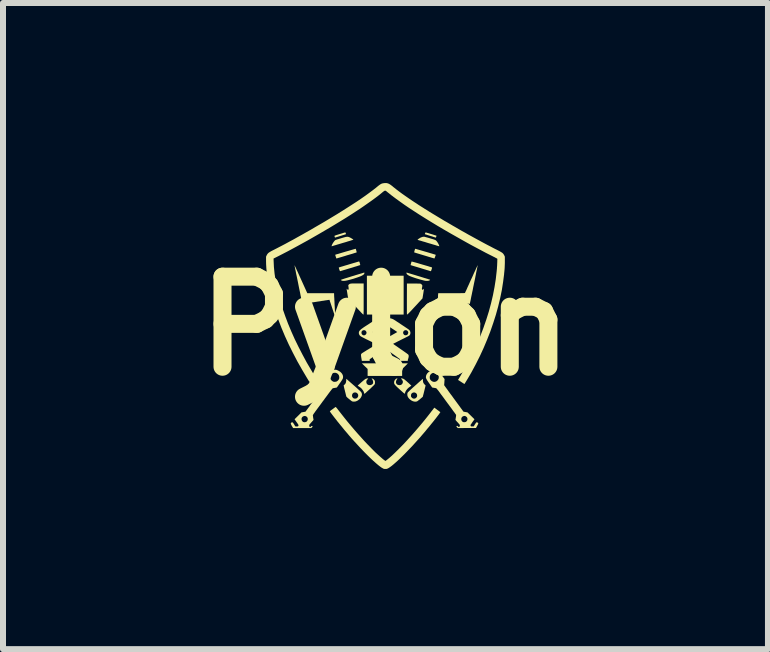
<source format=kicad_pcb>
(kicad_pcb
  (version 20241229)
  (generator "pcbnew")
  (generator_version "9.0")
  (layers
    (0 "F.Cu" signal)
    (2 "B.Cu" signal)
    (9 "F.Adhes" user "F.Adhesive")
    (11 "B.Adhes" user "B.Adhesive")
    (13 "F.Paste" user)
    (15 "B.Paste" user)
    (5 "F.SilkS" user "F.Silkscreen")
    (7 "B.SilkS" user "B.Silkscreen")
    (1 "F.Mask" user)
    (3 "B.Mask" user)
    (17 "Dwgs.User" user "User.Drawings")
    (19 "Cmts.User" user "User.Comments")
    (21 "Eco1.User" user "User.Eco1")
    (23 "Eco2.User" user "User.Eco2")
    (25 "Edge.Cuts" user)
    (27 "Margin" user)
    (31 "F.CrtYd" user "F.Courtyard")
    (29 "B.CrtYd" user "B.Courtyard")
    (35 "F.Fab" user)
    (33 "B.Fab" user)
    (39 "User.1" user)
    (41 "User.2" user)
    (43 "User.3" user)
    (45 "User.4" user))
  (footprint "Pylon"
    (layer "F.Cu")
    (at 3.371 2.381)
    (property "Reference" "Pylon" (at 0 0 0) (layer "F.SilkS") (effects (font (size 1.5 1.5) (thickness 0.3))))
    (attr board_only exclude_from_pos_files exclude_from_bom)
    (fp_poly (pts (xy 0.303 -0.514) (xy 0.303 -0.191) (xy -0.003 -0.191) (xy -0.309 -0.191) (xy -0.309 -0.514) (xy -0.309 -0.838) (xy -0.003 -0.838) (xy 0.303 -0.838)) (stroke (width 0) (type solid)) (fill yes) (layer "F.SilkS"))
    (fp_poly (pts (xy 0.326 0.67) (xy 0.278 0.717) (xy 0.278 0.774) (xy 0.278 0.831) (xy -0.009 0.831) (xy -0.297 0.831) (xy -0.297 0.773) (xy -0.297 0.715) (xy -0.345 0.669) (xy -0.392 0.622) (xy -0.009 0.622) (xy 0.373 0.622)) (stroke (width 0) (type solid)) (fill yes) (layer "F.SilkS"))
    (fp_poly (pts (xy -0.667 -1.557) (xy -0.663 -1.55) (xy -0.661 -1.545) (xy -0.657 -1.531) (xy -0.665 -1.528) (xy -0.67 -1.526) (xy -0.68 -1.523) (xy -0.694 -1.518) (xy -0.712 -1.513) (xy -0.732 -1.506) (xy -0.753 -1.5) (xy -0.774 -1.493) (xy -0.794 -1.487) (xy -0.811 -1.482) (xy -0.824 -1.478) (xy -0.833 -1.475) (xy -0.837 -1.474) (xy -0.841 -1.475) (xy -0.844 -1.481) (xy -0.847 -1.49) (xy -0.849 -1.497) (xy -0.849 -1.499) (xy -0.849 -1.501) (xy -0.847 -1.503) (xy -0.843 -1.506) (xy -0.836 -1.508) (xy -0.826 -1.512) (xy -0.812 -1.517) (xy -0.794 -1.522) (xy -0.77 -1.53) (xy -0.762 -1.532) (xy -0.739 -1.539) (xy -0.719 -1.545) (xy -0.701 -1.551) (xy -0.686 -1.555) (xy -0.676 -1.558) (xy -0.67 -1.56) (xy -0.67 -1.56)) (stroke (width 0) (type solid)) (fill yes) (layer "F.SilkS"))
    (fp_poly (pts (xy 0.674 -1.559) (xy 0.683 -1.556) (xy 0.696 -1.552) (xy 0.712 -1.548) (xy 0.73 -1.542) (xy 0.75 -1.536) (xy 0.77 -1.53) (xy 0.79 -1.524) (xy 0.808 -1.518) (xy 0.824 -1.513) (xy 0.837 -1.509) (xy 0.846 -1.506) (xy 0.85 -1.505) (xy 0.85 -1.505) (xy 0.85 -1.501) (xy 0.848 -1.494) (xy 0.845 -1.486) (xy 0.842 -1.478) (xy 0.84 -1.474) (xy 0.839 -1.473) (xy 0.835 -1.474) (xy 0.826 -1.476) (xy 0.819 -1.479) (xy 0.811 -1.481) (xy 0.798 -1.485) (xy 0.782 -1.491) (xy 0.762 -1.497) (xy 0.741 -1.503) (xy 0.73 -1.507) (xy 0.71 -1.513) (xy 0.692 -1.519) (xy 0.677 -1.524) (xy 0.665 -1.527) (xy 0.658 -1.53) (xy 0.657 -1.53) (xy 0.657 -1.534) (xy 0.659 -1.541) (xy 0.662 -1.549) (xy 0.666 -1.555) (xy 0.67 -1.559) (xy 0.671 -1.56)) (stroke (width 0) (type solid)) (fill yes) (layer "F.SilkS"))
    (fp_poly (pts (xy -0.351 -0.889) (xy -0.35 -0.885) (xy -0.352 -0.875) (xy -0.356 -0.866) (xy -0.364 -0.857) (xy -0.377 -0.848) (xy -0.393 -0.839) (xy -0.414 -0.829) (xy -0.44 -0.819) (xy -0.471 -0.808) (xy -0.508 -0.796) (xy -0.528 -0.789) (xy -0.571 -0.777) (xy -0.608 -0.767) (xy -0.64 -0.759) (xy -0.668 -0.754) (xy -0.69 -0.752) (xy -0.707 -0.752) (xy -0.716 -0.753) (xy -0.731 -0.758) (xy -0.742 -0.765) (xy -0.743 -0.767) (xy -0.743 -0.768) (xy -0.741 -0.769) (xy -0.736 -0.772) (xy -0.729 -0.774) (xy -0.719 -0.778) (xy -0.704 -0.783) (xy -0.686 -0.789) (xy -0.664 -0.796) (xy -0.637 -0.804) (xy -0.605 -0.814) (xy -0.567 -0.826) (xy -0.554 -0.83) (xy -0.52 -0.84) (xy -0.489 -0.85) (xy -0.459 -0.859) (xy -0.432 -0.867) (xy -0.408 -0.874) (xy -0.388 -0.88) (xy -0.373 -0.885) (xy -0.362 -0.888) (xy -0.356 -0.89) (xy -0.356 -0.89)) (stroke (width 0) (type solid)) (fill yes) (layer "F.SilkS"))
    (fp_poly (pts (xy 0.353 -0.89) (xy 0.36 -0.888) (xy 0.371 -0.885) (xy 0.387 -0.88) (xy 0.408 -0.874) (xy 0.434 -0.866) (xy 0.465 -0.857) (xy 0.501 -0.846) (xy 0.543 -0.833) (xy 0.574 -0.824) (xy 0.599 -0.816) (xy 0.625 -0.808) (xy 0.65 -0.8) (xy 0.672 -0.794) (xy 0.691 -0.788) (xy 0.706 -0.784) (xy 0.71 -0.782) (xy 0.726 -0.777) (xy 0.736 -0.774) (xy 0.742 -0.771) (xy 0.744 -0.769) (xy 0.743 -0.767) (xy 0.733 -0.759) (xy 0.718 -0.754) (xy 0.699 -0.752) (xy 0.677 -0.752) (xy 0.661 -0.754) (xy 0.642 -0.758) (xy 0.619 -0.764) (xy 0.592 -0.771) (xy 0.563 -0.779) (xy 0.533 -0.788) (xy 0.503 -0.797) (xy 0.474 -0.807) (xy 0.447 -0.816) (xy 0.424 -0.825) (xy 0.406 -0.832) (xy 0.402 -0.834) (xy 0.383 -0.844) (xy 0.367 -0.855) (xy 0.356 -0.866) (xy 0.351 -0.877) (xy 0.35 -0.881) (xy 0.35 -0.888) (xy 0.351 -0.891) (xy 0.351 -0.891)) (stroke (width 0) (type solid)) (fill yes) (layer "F.SilkS"))
    (fp_poly (pts (xy 0.648 -1.487) (xy 0.66 -1.484) (xy 0.678 -1.479) (xy 0.701 -1.473) (xy 0.729 -1.465) (xy 0.762 -1.455) (xy 0.799 -1.444) (xy 0.806 -1.442) (xy 0.824 -1.435) (xy 0.838 -1.428) (xy 0.844 -1.423) (xy 0.855 -1.411) (xy 0.867 -1.394) (xy 0.878 -1.376) (xy 0.888 -1.356) (xy 0.889 -1.354) (xy 0.894 -1.341) (xy 0.897 -1.333) (xy 0.896 -1.329) (xy 0.895 -1.329) (xy 0.891 -1.33) (xy 0.882 -1.332) (xy 0.869 -1.336) (xy 0.851 -1.341) (xy 0.83 -1.348) (xy 0.805 -1.355) (xy 0.778 -1.363) (xy 0.749 -1.372) (xy 0.744 -1.373) (xy 0.713 -1.382) (xy 0.684 -1.391) (xy 0.656 -1.4) (xy 0.63 -1.407) (xy 0.607 -1.414) (xy 0.588 -1.42) (xy 0.574 -1.424) (xy 0.565 -1.426) (xy 0.552 -1.43) (xy 0.542 -1.434) (xy 0.536 -1.437) (xy 0.534 -1.438) (xy 0.537 -1.441) (xy 0.544 -1.446) (xy 0.553 -1.453) (xy 0.564 -1.46) (xy 0.575 -1.467) (xy 0.584 -1.472) (xy 0.601 -1.479) (xy 0.619 -1.485) (xy 0.636 -1.487) (xy 0.641 -1.488)) (stroke (width 0) (type solid)) (fill yes) (layer "F.SilkS"))
    (fp_poly (pts (xy -0.493 -1.283) (xy -0.491 -1.275) (xy -0.488 -1.265) (xy -0.485 -1.253) (xy -0.482 -1.242) (xy -0.48 -1.233) (xy -0.479 -1.227) (xy -0.479 -1.227) (xy -0.482 -1.226) (xy -0.49 -1.223) (xy -0.503 -1.219) (xy -0.52 -1.214) (xy -0.541 -1.207) (xy -0.564 -1.2) (xy -0.589 -1.193) (xy -0.616 -1.185) (xy -0.644 -1.177) (xy -0.671 -1.168) (xy -0.698 -1.16) (xy -0.724 -1.152) (xy -0.748 -1.145) (xy -0.769 -1.139) (xy -0.787 -1.134) (xy -0.802 -1.129) (xy -0.811 -1.126) (xy -0.816 -1.125) (xy -0.816 -1.125) (xy -0.818 -1.128) (xy -0.821 -1.135) (xy -0.825 -1.146) (xy -0.828 -1.155) (xy -0.832 -1.168) (xy -0.835 -1.178) (xy -0.837 -1.185) (xy -0.837 -1.187) (xy -0.833 -1.188) (xy -0.825 -1.191) (xy -0.813 -1.195) (xy -0.798 -1.199) (xy -0.793 -1.2) (xy -0.741 -1.216) (xy -0.694 -1.23) (xy -0.653 -1.242) (xy -0.617 -1.252) (xy -0.586 -1.261) (xy -0.56 -1.269) (xy -0.539 -1.275) (xy -0.522 -1.28) (xy -0.51 -1.283) (xy -0.501 -1.285) (xy -0.496 -1.287) (xy -0.495 -1.287)) (stroke (width 0) (type solid)) (fill yes) (layer "F.SilkS"))
    (fp_poly (pts (xy -0.624 -1.486) (xy -0.615 -1.484) (xy -0.605 -1.481) (xy -0.599 -1.478) (xy -0.59 -1.474) (xy -0.579 -1.468) (xy -0.567 -1.461) (xy -0.555 -1.454) (xy -0.545 -1.447) (xy -0.538 -1.442) (xy -0.534 -1.438) (xy -0.534 -1.438) (xy -0.537 -1.437) (xy -0.546 -1.434) (xy -0.559 -1.43) (xy -0.577 -1.424) (xy -0.599 -1.417) (xy -0.624 -1.41) (xy -0.651 -1.401) (xy -0.682 -1.392) (xy -0.71 -1.384) (xy -0.743 -1.374) (xy -0.773 -1.365) (xy -0.801 -1.357) (xy -0.826 -1.349) (xy -0.848 -1.343) (xy -0.867 -1.337) (xy -0.88 -1.333) (xy -0.889 -1.33) (xy -0.892 -1.329) (xy -0.896 -1.329) (xy -0.897 -1.332) (xy -0.896 -1.336) (xy -0.891 -1.351) (xy -0.883 -1.368) (xy -0.873 -1.385) (xy -0.862 -1.401) (xy -0.851 -1.416) (xy -0.84 -1.427) (xy -0.832 -1.433) (xy -0.827 -1.435) (xy -0.817 -1.438) (xy -0.802 -1.443) (xy -0.784 -1.448) (xy -0.763 -1.455) (xy -0.741 -1.461) (xy -0.736 -1.463) (xy -0.709 -1.471) (xy -0.687 -1.477) (xy -0.669 -1.482) (xy -0.654 -1.485) (xy -0.643 -1.486) (xy -0.633 -1.487)) (stroke (width 0) (type solid)) (fill yes) (layer "F.SilkS"))
    (fp_poly (pts (xy 0.499 -1.286) (xy 0.507 -1.284) (xy 0.521 -1.28) (xy 0.538 -1.275) (xy 0.559 -1.269) (xy 0.583 -1.262) (xy 0.608 -1.255) (xy 0.635 -1.247) (xy 0.663 -1.239) (xy 0.691 -1.231) (xy 0.718 -1.223) (xy 0.744 -1.215) (xy 0.768 -1.208) (xy 0.789 -1.202) (xy 0.807 -1.196) (xy 0.822 -1.192) (xy 0.832 -1.188) (xy 0.836 -1.187) (xy 0.837 -1.186) (xy 0.837 -1.183) (xy 0.835 -1.175) (xy 0.831 -1.165) (xy 0.827 -1.153) (xy 0.823 -1.142) (xy 0.819 -1.132) (xy 0.816 -1.127) (xy 0.814 -1.125) (xy 0.811 -1.126) (xy 0.802 -1.129) (xy 0.788 -1.133) (xy 0.77 -1.138) (xy 0.748 -1.145) (xy 0.723 -1.152) (xy 0.695 -1.161) (xy 0.665 -1.17) (xy 0.645 -1.176) (xy 0.615 -1.185) (xy 0.585 -1.194) (xy 0.559 -1.202) (xy 0.535 -1.209) (xy 0.515 -1.215) (xy 0.499 -1.22) (xy 0.487 -1.224) (xy 0.48 -1.226) (xy 0.479 -1.227) (xy 0.479 -1.23) (xy 0.48 -1.238) (xy 0.483 -1.248) (xy 0.486 -1.26) (xy 0.489 -1.271) (xy 0.492 -1.28) (xy 0.495 -1.286) (xy 0.495 -1.286)) (stroke (width 0) (type solid)) (fill yes) (layer "F.SilkS"))
    (fp_poly (pts (xy 0.44 -1.074) (xy 0.449 -1.071) (xy 0.463 -1.068) (xy 0.481 -1.063) (xy 0.503 -1.057) (xy 0.528 -1.05) (xy 0.555 -1.042) (xy 0.584 -1.033) (xy 0.585 -1.033) (xy 0.615 -1.024) (xy 0.643 -1.016) (xy 0.67 -1.008) (xy 0.694 -1.001) (xy 0.715 -0.995) (xy 0.732 -0.989) (xy 0.745 -0.986) (xy 0.752 -0.984) (xy 0.763 -0.98) (xy 0.772 -0.977) (xy 0.776 -0.975) (xy 0.776 -0.975) (xy 0.776 -0.971) (xy 0.775 -0.964) (xy 0.772 -0.953) (xy 0.768 -0.941) (xy 0.764 -0.93) (xy 0.761 -0.921) (xy 0.758 -0.914) (xy 0.756 -0.913) (xy 0.753 -0.914) (xy 0.745 -0.916) (xy 0.731 -0.92) (xy 0.713 -0.926) (xy 0.691 -0.932) (xy 0.666 -0.94) (xy 0.639 -0.948) (xy 0.609 -0.957) (xy 0.588 -0.964) (xy 0.557 -0.973) (xy 0.527 -0.982) (xy 0.5 -0.99) (xy 0.477 -0.997) (xy 0.456 -1.003) (xy 0.44 -1.008) (xy 0.428 -1.012) (xy 0.421 -1.014) (xy 0.42 -1.014) (xy 0.419 -1.018) (xy 0.421 -1.025) (xy 0.424 -1.036) (xy 0.427 -1.047) (xy 0.43 -1.058) (xy 0.433 -1.068) (xy 0.436 -1.073) (xy 0.437 -1.074)) (stroke (width 0) (type solid)) (fill yes) (layer "F.SilkS"))
    (fp_poly (pts (xy -0.436 -1.072) (xy -0.432 -1.065) (xy -0.431 -1.062) (xy -0.428 -1.05) (xy -0.425 -1.037) (xy -0.423 -1.033) (xy -0.421 -1.024) (xy -0.421 -1.017) (xy -0.421 -1.015) (xy -0.425 -1.014) (xy -0.433 -1.011) (xy -0.447 -1.007) (xy -0.465 -1.001) (xy -0.487 -0.994) (xy -0.512 -0.987) (xy -0.539 -0.978) (xy -0.569 -0.969) (xy -0.586 -0.964) (xy -0.617 -0.955) (xy -0.646 -0.946) (xy -0.673 -0.938) (xy -0.697 -0.931) (xy -0.717 -0.925) (xy -0.734 -0.92) (xy -0.746 -0.916) (xy -0.752 -0.914) (xy -0.754 -0.914) (xy -0.756 -0.914) (xy -0.759 -0.918) (xy -0.763 -0.925) (xy -0.767 -0.938) (xy -0.769 -0.942) (xy -0.773 -0.955) (xy -0.776 -0.966) (xy -0.777 -0.973) (xy -0.776 -0.975) (xy -0.773 -0.976) (xy -0.764 -0.979) (xy -0.75 -0.984) (xy -0.733 -0.989) (xy -0.712 -0.995) (xy -0.689 -1.002) (xy -0.663 -1.01) (xy -0.659 -1.011) (xy -0.631 -1.019) (xy -0.603 -1.028) (xy -0.575 -1.036) (xy -0.548 -1.044) (xy -0.525 -1.051) (xy -0.506 -1.056) (xy -0.494 -1.06) (xy -0.477 -1.065) (xy -0.462 -1.069) (xy -0.45 -1.073) (xy -0.442 -1.075) (xy -0.439 -1.075)) (stroke (width 0) (type solid)) (fill yes) (layer "F.SilkS"))
    (fp_poly (pts (xy 0.491 -0.708) (xy 0.515 -0.708) (xy 0.537 -0.707) (xy 0.555 -0.707) (xy 0.569 -0.707) (xy 0.579 -0.706) (xy 0.582 -0.706) (xy 0.592 -0.701) (xy 0.602 -0.693) (xy 0.61 -0.684) (xy 0.613 -0.679) (xy 0.614 -0.671) (xy 0.613 -0.657) (xy 0.611 -0.645) (xy 0.608 -0.631) (xy 0.607 -0.621) (xy 0.608 -0.614) (xy 0.609 -0.611) (xy 0.614 -0.605) (xy 0.621 -0.604) (xy 0.629 -0.609) (xy 0.633 -0.613) (xy 0.638 -0.619) (xy 0.64 -0.62) (xy 0.641 -0.617) (xy 0.641 -0.615) (xy 0.64 -0.61) (xy 0.639 -0.6) (xy 0.637 -0.585) (xy 0.634 -0.567) (xy 0.631 -0.547) (xy 0.629 -0.534) (xy 0.617 -0.46) (xy 0.497 -0.33) (xy 0.469 -0.3) (xy 0.446 -0.275) (xy 0.426 -0.253) (xy 0.409 -0.236) (xy 0.395 -0.221) (xy 0.384 -0.21) (xy 0.375 -0.202) (xy 0.368 -0.196) (xy 0.363 -0.193) (xy 0.36 -0.191) (xy 0.358 -0.191) (xy 0.358 -0.194) (xy 0.358 -0.203) (xy 0.357 -0.217) (xy 0.357 -0.236) (xy 0.357 -0.259) (xy 0.357 -0.287) (xy 0.357 -0.317) (xy 0.357 -0.351) (xy 0.357 -0.388) (xy 0.357 -0.427) (xy 0.357 -0.449) (xy 0.358 -0.708) (xy 0.466 -0.708)) (stroke (width 0) (type solid)) (fill yes) (layer "F.SilkS"))
    (fp_poly (pts (xy -0.222 0.874) (xy -0.213 0.877) (xy -0.198 0.886) (xy -0.186 0.899) (xy -0.18 0.908) (xy -0.175 0.923) (xy -0.174 0.941) (xy -0.175 0.958) (xy -0.179 0.97) (xy -0.184 0.976) (xy -0.193 0.986) (xy -0.206 0.999) (xy -0.224 1.016) (xy -0.245 1.037) (xy -0.266 1.056) (xy -0.285 1.073) (xy -0.303 1.089) (xy -0.318 1.103) (xy -0.331 1.115) (xy -0.341 1.123) (xy -0.347 1.129) (xy -0.349 1.131) (xy -0.351 1.128) (xy -0.354 1.122) (xy -0.355 1.116) (xy -0.364 1.09) (xy -0.379 1.066) (xy -0.398 1.042) (xy -0.422 1.021) (xy -0.442 1.008) (xy -0.451 1.002) (xy -0.458 0.997) (xy -0.462 0.994) (xy -0.462 0.993) (xy -0.459 0.99) (xy -0.453 0.984) (xy -0.443 0.975) (xy -0.431 0.964) (xy -0.417 0.952) (xy -0.403 0.939) (xy -0.388 0.926) (xy -0.374 0.914) (xy -0.361 0.903) (xy -0.351 0.895) (xy -0.344 0.889) (xy -0.342 0.888) (xy -0.329 0.88) (xy -0.315 0.875) (xy -0.301 0.873) (xy -0.292 0.873) (xy -0.288 0.875) (xy -0.287 0.876) (xy -0.29 0.88) (xy -0.297 0.886) (xy -0.297 0.887) (xy -0.31 0.901) (xy -0.317 0.916) (xy -0.319 0.931) (xy -0.316 0.95) (xy -0.308 0.965) (xy -0.296 0.976) (xy -0.28 0.983) (xy -0.262 0.985) (xy -0.243 0.983) (xy -0.226 0.975) (xy -0.213 0.964) (xy -0.211 0.962) (xy -0.206 0.949) (xy -0.205 0.933) (xy -0.208 0.915) (xy -0.216 0.896) (xy -0.227 0.879) (xy -0.23 0.874) (xy -0.228 0.872)) (stroke (width 0) (type solid)) (fill yes) (layer "F.SilkS"))
    (fp_poly (pts (xy -0.363 -0.45) (xy -0.363 -0.41) (xy -0.363 -0.373) (xy -0.363 -0.337) (xy -0.363 -0.304) (xy -0.363 -0.275) (xy -0.363 -0.249) (xy -0.364 -0.227) (xy -0.364 -0.21) (xy -0.364 -0.198) (xy -0.365 -0.192) (xy -0.365 -0.191) (xy -0.369 -0.192) (xy -0.376 -0.197) (xy -0.378 -0.198) (xy -0.384 -0.204) (xy -0.393 -0.213) (xy -0.403 -0.223) (xy -0.407 -0.227) (xy -0.413 -0.234) (xy -0.423 -0.245) (xy -0.436 -0.259) (xy -0.452 -0.276) (xy -0.47 -0.295) (xy -0.489 -0.316) (xy -0.509 -0.338) (xy -0.522 -0.352) (xy -0.542 -0.373) (xy -0.56 -0.393) (xy -0.577 -0.411) (xy -0.592 -0.427) (xy -0.604 -0.44) (xy -0.613 -0.45) (xy -0.618 -0.456) (xy -0.62 -0.458) (xy -0.621 -0.462) (xy -0.622 -0.471) (xy -0.625 -0.484) (xy -0.628 -0.5) (xy -0.631 -0.518) (xy -0.634 -0.537) (xy -0.637 -0.557) (xy -0.64 -0.575) (xy -0.643 -0.592) (xy -0.645 -0.606) (xy -0.646 -0.616) (xy -0.647 -0.621) (xy -0.647 -0.621) (xy -0.645 -0.62) (xy -0.64 -0.616) (xy -0.638 -0.613) (xy -0.629 -0.605) (xy -0.622 -0.604) (xy -0.616 -0.607) (xy -0.616 -0.608) (xy -0.614 -0.611) (xy -0.613 -0.617) (xy -0.613 -0.625) (xy -0.614 -0.637) (xy -0.616 -0.654) (xy -0.618 -0.665) (xy -0.619 -0.675) (xy -0.618 -0.681) (xy -0.614 -0.686) (xy -0.609 -0.692) (xy -0.603 -0.696) (xy -0.598 -0.7) (xy -0.592 -0.703) (xy -0.584 -0.705) (xy -0.574 -0.707) (xy -0.561 -0.708) (xy -0.544 -0.709) (xy -0.523 -0.709) (xy -0.497 -0.709) (xy -0.466 -0.709) (xy -0.363 -0.709)) (stroke (width 0) (type solid)) (fill yes) (layer "F.SilkS"))
    (fp_poly (pts (xy 0.623 0.883) (xy 0.624 0.888) (xy 0.624 0.898) (xy 0.624 0.904) (xy 0.626 0.927) (xy 0.631 0.945) (xy 0.641 0.961) (xy 0.653 0.975) (xy 0.669 0.99) (xy 0.646 1.084) (xy 0.64 1.108) (xy 0.635 1.129) (xy 0.63 1.147) (xy 0.626 1.162) (xy 0.623 1.173) (xy 0.622 1.179) (xy 0.621 1.18) (xy 0.619 1.182) (xy 0.612 1.187) (xy 0.602 1.196) (xy 0.59 1.206) (xy 0.578 1.216) (xy 0.564 1.228) (xy 0.55 1.238) (xy 0.539 1.247) (xy 0.53 1.253) (xy 0.526 1.255) (xy 0.512 1.259) (xy 0.495 1.26) (xy 0.476 1.258) (xy 0.459 1.253) (xy 0.455 1.252) (xy 0.428 1.238) (xy 0.405 1.22) (xy 0.385 1.199) (xy 0.373 1.179) (xy 0.368 1.167) (xy 0.425 1.167) (xy 0.427 1.175) (xy 0.43 1.182) (xy 0.432 1.184) (xy 0.444 1.198) (xy 0.459 1.207) (xy 0.476 1.21) (xy 0.477 1.21) (xy 0.491 1.208) (xy 0.502 1.203) (xy 0.503 1.202) (xy 0.517 1.19) (xy 0.526 1.175) (xy 0.528 1.158) (xy 0.525 1.141) (xy 0.518 1.127) (xy 0.506 1.116) (xy 0.492 1.109) (xy 0.477 1.106) (xy 0.46 1.109) (xy 0.45 1.113) (xy 0.438 1.122) (xy 0.43 1.133) (xy 0.426 1.147) (xy 0.426 1.155) (xy 0.425 1.167) (xy 0.368 1.167) (xy 0.366 1.159) (xy 0.364 1.139) (xy 0.366 1.12) (xy 0.372 1.107) (xy 0.376 1.102) (xy 0.385 1.094) (xy 0.398 1.081) (xy 0.414 1.065) (xy 0.435 1.046) (xy 0.459 1.024) (xy 0.487 0.999) (xy 0.518 0.972) (xy 0.551 0.942) (xy 0.587 0.91) (xy 0.619 0.883) (xy 0.621 0.881)) (stroke (width 0) (type solid)) (fill yes) (layer "F.SilkS"))
    (fp_poly (pts (xy 0.279 0.873) (xy 0.289 0.876) (xy 0.301 0.88) (xy 0.311 0.887) (xy 0.312 0.887) (xy 0.318 0.891) (xy 0.327 0.899) (xy 0.338 0.909) (xy 0.352 0.92) (xy 0.366 0.933) (xy 0.381 0.946) (xy 0.395 0.959) (xy 0.408 0.971) (xy 0.418 0.981) (xy 0.426 0.988) (xy 0.431 0.993) (xy 0.431 0.994) (xy 0.429 0.996) (xy 0.422 1.001) (xy 0.413 1.007) (xy 0.412 1.008) (xy 0.386 1.027) (xy 0.364 1.048) (xy 0.346 1.071) (xy 0.338 1.085) (xy 0.332 1.097) (xy 0.328 1.108) (xy 0.325 1.115) (xy 0.325 1.117) (xy 0.325 1.122) (xy 0.324 1.125) (xy 0.322 1.127) (xy 0.318 1.126) (xy 0.313 1.123) (xy 0.305 1.117) (xy 0.294 1.108) (xy 0.28 1.095) (xy 0.262 1.079) (xy 0.24 1.059) (xy 0.24 1.059) (xy 0.216 1.037) (xy 0.196 1.019) (xy 0.181 1.004) (xy 0.169 0.991) (xy 0.159 0.981) (xy 0.153 0.972) (xy 0.148 0.964) (xy 0.146 0.957) (xy 0.144 0.949) (xy 0.144 0.941) (xy 0.144 0.94) (xy 0.146 0.921) (xy 0.154 0.903) (xy 0.165 0.889) (xy 0.179 0.878) (xy 0.191 0.873) (xy 0.198 0.872) (xy 0.2 0.874) (xy 0.197 0.88) (xy 0.194 0.885) (xy 0.182 0.904) (xy 0.176 0.923) (xy 0.175 0.941) (xy 0.18 0.956) (xy 0.189 0.969) (xy 0.203 0.979) (xy 0.221 0.984) (xy 0.24 0.985) (xy 0.258 0.981) (xy 0.272 0.972) (xy 0.283 0.958) (xy 0.284 0.956) (xy 0.288 0.945) (xy 0.29 0.935) (xy 0.291 0.931) (xy 0.288 0.918) (xy 0.282 0.904) (xy 0.273 0.891) (xy 0.267 0.885) (xy 0.261 0.879) (xy 0.26 0.875) (xy 0.263 0.872) (xy 0.27 0.872)) (stroke (width 0) (type solid)) (fill yes) (layer "F.SilkS"))
    (fp_poly (pts (xy -0.544 0.974) (xy -0.514 1) (xy -0.489 1.022) (xy -0.468 1.041) (xy -0.451 1.057) (xy -0.436 1.07) (xy -0.425 1.08) (xy -0.416 1.089) (xy -0.409 1.096) (xy -0.405 1.102) (xy -0.401 1.107) (xy -0.399 1.111) (xy -0.397 1.115) (xy -0.395 1.12) (xy -0.395 1.122) (xy -0.392 1.134) (xy -0.392 1.144) (xy -0.393 1.155) (xy -0.402 1.178) (xy -0.415 1.2) (xy -0.434 1.22) (xy -0.456 1.237) (xy -0.471 1.246) (xy -0.485 1.252) (xy -0.496 1.256) (xy -0.507 1.258) (xy -0.52 1.259) (xy -0.539 1.259) (xy -0.552 1.256) (xy -0.556 1.255) (xy -0.561 1.252) (xy -0.57 1.245) (xy -0.581 1.237) (xy -0.594 1.226) (xy -0.608 1.215) (xy -0.621 1.204) (xy -0.633 1.194) (xy -0.642 1.185) (xy -0.649 1.179) (xy -0.65 1.177) (xy -0.652 1.173) (xy -0.654 1.165) (xy -0.557 1.165) (xy -0.553 1.18) (xy -0.544 1.193) (xy -0.543 1.194) (xy -0.534 1.202) (xy -0.524 1.207) (xy -0.513 1.209) (xy -0.504 1.209) (xy -0.491 1.208) (xy -0.48 1.204) (xy -0.478 1.202) (xy -0.464 1.19) (xy -0.456 1.175) (xy -0.453 1.158) (xy -0.456 1.141) (xy -0.464 1.127) (xy -0.475 1.116) (xy -0.489 1.109) (xy -0.506 1.106) (xy -0.523 1.109) (xy -0.53 1.111) (xy -0.543 1.121) (xy -0.552 1.134) (xy -0.556 1.149) (xy -0.557 1.165) (xy -0.654 1.165) (xy -0.654 1.164) (xy -0.658 1.151) (xy -0.662 1.133) (xy -0.667 1.113) (xy -0.673 1.09) (xy -0.675 1.08) (xy -0.682 1.054) (xy -0.687 1.033) (xy -0.691 1.017) (xy -0.693 1.004) (xy -0.695 0.996) (xy -0.695 0.99) (xy -0.695 0.987) (xy -0.694 0.985) (xy -0.693 0.984) (xy -0.677 0.973) (xy -0.666 0.958) (xy -0.658 0.939) (xy -0.654 0.915) (xy -0.653 0.907) (xy -0.652 0.879)) (stroke (width 0) (type solid)) (fill yes) (layer "F.SilkS"))
    (fp_poly (pts (xy -1.514 -1.012) (xy -1.51 -1.004) (xy -1.504 -0.991) (xy -1.496 -0.974) (xy -1.486 -0.953) (xy -1.475 -0.928) (xy -1.462 -0.9) (xy -1.448 -0.869) (xy -1.433 -0.836) (xy -1.417 -0.801) (xy -1.408 -0.781) (xy -1.302 -0.547) (xy -1.079 -0.547) (xy -0.856 -0.547) (xy -0.856 -0.537) (xy -0.856 -0.532) (xy -0.855 -0.521) (xy -0.855 -0.506) (xy -0.854 -0.486) (xy -0.852 -0.461) (xy -0.851 -0.434) (xy -0.849 -0.404) (xy -0.848 -0.372) (xy -0.846 -0.341) (xy -0.844 -0.308) (xy -0.843 -0.277) (xy -0.841 -0.248) (xy -0.84 -0.222) (xy -0.839 -0.199) (xy -0.838 -0.181) (xy -0.838 -0.167) (xy -0.837 -0.159) (xy -0.838 -0.156) (xy -0.839 -0.159) (xy -0.842 -0.167) (xy -0.847 -0.18) (xy -0.852 -0.198) (xy -0.86 -0.218) (xy -0.868 -0.242) (xy -0.877 -0.269) (xy -0.886 -0.296) (xy -0.895 -0.324) (xy -0.904 -0.351) (xy -0.912 -0.375) (xy -0.919 -0.395) (xy -0.925 -0.413) (xy -0.929 -0.426) (xy -0.932 -0.434) (xy -0.933 -0.437) (xy -0.936 -0.436) (xy -0.945 -0.435) (xy -0.959 -0.433) (xy -0.978 -0.43) (xy -1.001 -0.427) (xy -1.028 -0.422) (xy -1.059 -0.418) (xy -1.092 -0.412) (xy -1.129 -0.407) (xy -1.167 -0.401) (xy -1.207 -0.395) (xy -1.248 -0.388) (xy -1.29 -0.382) (xy -1.302 -0.38) (xy -1.327 -0.376) (xy -1.346 -0.373) (xy -1.36 -0.371) (xy -1.37 -0.37) (xy -1.377 -0.369) (xy -1.382 -0.37) (xy -1.384 -0.371) (xy -1.385 -0.373) (xy -1.386 -0.376) (xy -1.387 -0.38) (xy -1.389 -0.39) (xy -1.392 -0.405) (xy -1.396 -0.424) (xy -1.401 -0.447) (xy -1.406 -0.473) (xy -1.412 -0.501) (xy -1.418 -0.532) (xy -1.42 -0.544) (xy -1.428 -0.582) (xy -1.437 -0.624) (xy -1.446 -0.669) (xy -1.455 -0.715) (xy -1.464 -0.76) (xy -1.473 -0.803) (xy -1.481 -0.842) (xy -1.485 -0.859) (xy -1.491 -0.889) (xy -1.496 -0.917) (xy -1.502 -0.943) (xy -1.506 -0.966) (xy -1.51 -0.985) (xy -1.513 -1) (xy -1.514 -1.01) (xy -1.515 -1.014) (xy -1.515 -1.014)) (stroke (width 0) (type solid)) (fill yes) (layer "F.SilkS"))
    (fp_poly (pts (xy 1.536 -1.012) (xy 1.535 -1.003) (xy 1.532 -0.989) (xy 1.528 -0.97) (xy 1.524 -0.948) (xy 1.518 -0.921) (xy 1.512 -0.892) (xy 1.506 -0.859) (xy 1.499 -0.825) (xy 1.492 -0.788) (xy 1.484 -0.751) (xy 1.476 -0.713) (xy 1.468 -0.674) (xy 1.46 -0.636) (xy 1.453 -0.598) (xy 1.445 -0.562) (xy 1.438 -0.527) (xy 1.431 -0.495) (xy 1.425 -0.465) (xy 1.42 -0.438) (xy 1.415 -0.415) (xy 1.411 -0.396) (xy 1.408 -0.382) (xy 1.406 -0.373) (xy 1.405 -0.369) (xy 1.405 -0.369) (xy 1.401 -0.369) (xy 1.393 -0.371) (xy 1.378 -0.372) (xy 1.359 -0.375) (xy 1.336 -0.379) (xy 1.31 -0.383) (xy 1.28 -0.387) (xy 1.247 -0.392) (xy 1.212 -0.397) (xy 1.179 -0.403) (xy 1.143 -0.408) (xy 1.108 -0.414) (xy 1.075 -0.419) (xy 1.046 -0.423) (xy 1.02 -0.427) (xy 0.997 -0.431) (xy 0.979 -0.433) (xy 0.965 -0.435) (xy 0.957 -0.436) (xy 0.955 -0.437) (xy 0.954 -0.434) (xy 0.951 -0.425) (xy 0.946 -0.412) (xy 0.941 -0.395) (xy 0.934 -0.374) (xy 0.926 -0.35) (xy 0.917 -0.324) (xy 0.908 -0.298) (xy 0.899 -0.27) (xy 0.89 -0.244) (xy 0.882 -0.22) (xy 0.874 -0.199) (xy 0.868 -0.181) (xy 0.864 -0.168) (xy 0.861 -0.16) (xy 0.859 -0.156) (xy 0.858 -0.157) (xy 0.858 -0.162) (xy 0.858 -0.172) (xy 0.858 -0.172) (xy 0.859 -0.179) (xy 0.859 -0.192) (xy 0.86 -0.21) (xy 0.862 -0.231) (xy 0.863 -0.256) (xy 0.864 -0.284) (xy 0.866 -0.313) (xy 0.867 -0.342) (xy 0.869 -0.373) (xy 0.87 -0.403) (xy 0.872 -0.432) (xy 0.873 -0.458) (xy 0.875 -0.48) (xy 0.876 -0.498) (xy 0.876 -0.512) (xy 0.877 -0.52) (xy 0.879 -0.547) (xy 1.1 -0.547) (xy 1.145 -0.547) (xy 1.183 -0.547) (xy 1.216 -0.547) (xy 1.244 -0.547) (xy 1.267 -0.548) (xy 1.286 -0.548) (xy 1.3 -0.548) (xy 1.311 -0.549) (xy 1.318 -0.549) (xy 1.323 -0.55) (xy 1.324 -0.551) (xy 1.326 -0.554) (xy 1.33 -0.563) (xy 1.336 -0.576) (xy 1.345 -0.594) (xy 1.355 -0.616) (xy 1.366 -0.642) (xy 1.379 -0.67) (xy 1.393 -0.701) (xy 1.408 -0.735) (xy 1.424 -0.77) (xy 1.431 -0.785) (xy 1.448 -0.821) (xy 1.463 -0.855) (xy 1.477 -0.887) (xy 1.491 -0.916) (xy 1.503 -0.942) (xy 1.513 -0.965) (xy 1.522 -0.984) (xy 1.529 -0.999) (xy 1.534 -1.009) (xy 1.536 -1.014) (xy 1.537 -1.015)) (stroke (width 0) (type solid)) (fill yes) (layer "F.SilkS"))
    (fp_poly (pts (xy -0.827 1.35) (xy -0.82 1.357) (xy -0.809 1.369) (xy -0.796 1.386) (xy -0.786 1.399) (xy -0.736 1.463) (xy -0.684 1.529) (xy -0.63 1.596) (xy -0.574 1.663) (xy -0.518 1.729) (xy -0.462 1.793) (xy -0.407 1.854) (xy -0.354 1.913) (xy -0.303 1.967) (xy -0.288 1.982) (xy -0.273 1.997) (xy -0.258 2.013) (xy -0.244 2.027) (xy -0.232 2.04) (xy -0.227 2.045) (xy -0.208 2.064) (xy -0.187 2.085) (xy -0.166 2.106) (xy -0.143 2.127) (xy -0.121 2.147) (xy -0.099 2.167) (xy -0.078 2.186) (xy -0.058 2.203) (xy -0.041 2.218) (xy -0.025 2.23) (xy -0.013 2.239) (xy -0.004 2.245) (xy 0.000249 2.247) (xy 0.004 2.245) (xy 0.011 2.24) (xy 0.02 2.233) (xy 0.029 2.226) (xy 0.068 2.194) (xy 0.11 2.157) (xy 0.154 2.115) (xy 0.201 2.069) (xy 0.25 2.02) (xy 0.301 1.968) (xy 0.353 1.912) (xy 0.405 1.855) (xy 0.459 1.795) (xy 0.512 1.734) (xy 0.565 1.672) (xy 0.618 1.609) (xy 0.67 1.545) (xy 0.72 1.482) (xy 0.737 1.46) (xy 0.752 1.441) (xy 0.766 1.422) (xy 0.779 1.406) (xy 0.79 1.392) (xy 0.798 1.381) (xy 0.803 1.375) (xy 0.803 1.374) (xy 0.815 1.36) (xy 0.863 1.396) (xy 0.878 1.407) (xy 0.892 1.417) (xy 0.902 1.426) (xy 0.91 1.431) (xy 0.914 1.434) (xy 0.914 1.434) (xy 0.913 1.438) (xy 0.908 1.445) (xy 0.9 1.457) (xy 0.889 1.473) (xy 0.875 1.491) (xy 0.858 1.513) (xy 0.84 1.537) (xy 0.819 1.563) (xy 0.797 1.591) (xy 0.773 1.62) (xy 0.749 1.65) (xy 0.724 1.681) (xy 0.698 1.711) (xy 0.673 1.742) (xy 0.648 1.772) (xy 0.623 1.801) (xy 0.599 1.829) (xy 0.585 1.846) (xy 0.538 1.898) (xy 0.492 1.949) (xy 0.447 1.999) (xy 0.402 2.046) (xy 0.358 2.092) (xy 0.316 2.135) (xy 0.275 2.175) (xy 0.236 2.213) (xy 0.2 2.247) (xy 0.165 2.278) (xy 0.134 2.305) (xy 0.105 2.329) (xy 0.079 2.348) (xy 0.057 2.363) (xy 0.043 2.371) (xy 0.03 2.377) (xy 0.02 2.38) (xy 0.009 2.381) (xy -0.001 2.381) (xy -0.015 2.381) (xy -0.026 2.379) (xy -0.037 2.375) (xy -0.043 2.371) (xy -0.063 2.36) (xy -0.087 2.343) (xy -0.114 2.322) (xy -0.144 2.297) (xy -0.177 2.268) (xy -0.213 2.236) (xy -0.251 2.2) (xy -0.291 2.161) (xy -0.333 2.119) (xy -0.376 2.075) (xy -0.421 2.028) (xy -0.466 1.979) (xy -0.513 1.928) (xy -0.56 1.876) (xy -0.585 1.847) (xy -0.607 1.822) (xy -0.63 1.794) (xy -0.655 1.765) (xy -0.68 1.736) (xy -0.705 1.705) (xy -0.73 1.674) (xy -0.756 1.643) (xy -0.78 1.613) (xy -0.804 1.584) (xy -0.826 1.555) (xy -0.847 1.529) (xy -0.866 1.504) (xy -0.883 1.482) (xy -0.898 1.462) (xy -0.91 1.446) (xy -0.919 1.433) (xy -0.924 1.424) (xy -0.926 1.42) (xy -0.926 1.419) (xy -0.922 1.415) (xy -0.913 1.409) (xy -0.902 1.4) (xy -0.889 1.391) (xy -0.875 1.381) (xy -0.862 1.371) (xy -0.85 1.362) (xy -0.84 1.355) (xy -0.833 1.35) (xy -0.83 1.348)) (stroke (width 0) (type solid)) (fill yes) (layer "F.SilkS"))
    (fp_poly (pts (xy 0.849 0.729) (xy 0.864 0.735) (xy 0.869 0.737) (xy 0.874 0.741) (xy 0.879 0.746) (xy 0.886 0.753) (xy 0.895 0.764) (xy 0.905 0.777) (xy 0.919 0.795) (xy 0.932 0.812) (xy 0.985 0.883) (xy 0.983 0.914) (xy 0.982 0.93) (xy 0.981 0.947) (xy 0.98 0.961) (xy 0.979 0.966) (xy 0.978 0.986) (xy 0.996 1.011) (xy 1.001 1.018) (xy 1.009 1.029) (xy 1.02 1.044) (xy 1.034 1.063) (xy 1.05 1.086) (xy 1.068 1.111) (xy 1.088 1.138) (xy 1.11 1.167) (xy 1.132 1.198) (xy 1.155 1.229) (xy 1.157 1.232) (xy 1.3 1.427) (xy 1.334 1.433) (xy 1.367 1.439) (xy 1.425 1.496) (xy 1.483 1.553) (xy 1.467 1.576) (xy 1.457 1.589) (xy 1.446 1.605) (xy 1.436 1.62) (xy 1.433 1.625) (xy 1.415 1.651) (xy 1.42 1.661) (xy 1.425 1.672) (xy 1.448 1.672) (xy 1.47 1.672) (xy 1.491 1.638) (xy 1.501 1.623) (xy 1.508 1.612) (xy 1.514 1.606) (xy 1.52 1.604) (xy 1.527 1.605) (xy 1.534 1.608) (xy 1.534 1.608) (xy 1.541 1.612) (xy 1.545 1.617) (xy 1.546 1.624) (xy 1.543 1.633) (xy 1.537 1.646) (xy 1.528 1.662) (xy 1.528 1.663) (xy 1.508 1.699) (xy 1.357 1.699) (xy 1.206 1.7) (xy 1.193 1.688) (xy 1.186 1.681) (xy 1.182 1.677) (xy 1.183 1.673) (xy 1.185 1.67) (xy 1.186 1.669) (xy 1.191 1.664) (xy 1.196 1.663) (xy 1.202 1.667) (xy 1.21 1.674) (xy 1.217 1.681) (xy 1.222 1.683) (xy 1.227 1.682) (xy 1.228 1.682) (xy 1.234 1.676) (xy 1.238 1.666) (xy 1.24 1.656) (xy 1.239 1.649) (xy 1.236 1.645) (xy 1.23 1.636) (xy 1.221 1.626) (xy 1.211 1.614) (xy 1.21 1.613) (xy 1.199 1.601) (xy 1.188 1.59) (xy 1.18 1.58) (xy 1.175 1.574) (xy 1.166 1.564) (xy 1.168 1.552) (xy 1.263 1.552) (xy 1.265 1.569) (xy 1.274 1.584) (xy 1.286 1.596) (xy 1.294 1.6) (xy 1.305 1.602) (xy 1.318 1.602) (xy 1.331 1.6) (xy 1.342 1.596) (xy 1.343 1.595) (xy 1.356 1.582) (xy 1.364 1.567) (xy 1.366 1.55) (xy 1.364 1.533) (xy 1.356 1.519) (xy 1.344 1.508) (xy 1.338 1.504) (xy 1.326 1.499) (xy 1.316 1.498) (xy 1.31 1.498) (xy 1.292 1.504) (xy 1.278 1.513) (xy 1.268 1.527) (xy 1.263 1.544) (xy 1.263 1.552) (xy 1.168 1.552) (xy 1.172 1.525) (xy 1.175 1.51) (xy 1.176 1.497) (xy 1.177 1.487) (xy 1.177 1.482) (xy 1.177 1.481) (xy 1.175 1.478) (xy 1.17 1.47) (xy 1.161 1.458) (xy 1.15 1.442) (xy 1.136 1.424) (xy 1.12 1.402) (xy 1.103 1.378) (xy 1.084 1.352) (xy 1.063 1.324) (xy 1.06 1.319) (xy 1.037 1.289) (xy 1.015 1.259) (xy 0.993 1.229) (xy 0.972 1.2) (xy 0.952 1.173) (xy 0.934 1.149) (xy 0.918 1.128) (xy 0.906 1.11) (xy 0.898 1.1) (xy 0.883 1.079) (xy 0.869 1.063) (xy 0.859 1.05) (xy 0.851 1.041) (xy 0.846 1.037) (xy 0.846 1.037) (xy 0.84 1.035) (xy 0.83 1.033) (xy 0.817 1.031) (xy 0.809 1.03) (xy 0.778 1.024) (xy 0.734 0.961) (xy 0.717 0.937) (xy 0.704 0.918) (xy 0.694 0.903) (xy 0.687 0.89) (xy 0.681 0.88) (xy 0.678 0.872) (xy 0.675 0.864) (xy 0.674 0.857) (xy 0.674 0.849) (xy 0.674 0.849) (xy 0.674 0.847) (xy 0.738 0.847) (xy 0.738 0.867) (xy 0.742 0.883) (xy 0.75 0.898) (xy 0.756 0.904) (xy 0.772 0.918) (xy 0.791 0.927) (xy 0.811 0.931) (xy 0.831 0.928) (xy 0.846 0.923) (xy 0.862 0.911) (xy 0.875 0.897) (xy 0.883 0.883) (xy 0.887 0.869) (xy 0.888 0.852) (xy 0.887 0.836) (xy 0.883 0.824) (xy 0.873 0.807) (xy 0.858 0.793) (xy 0.841 0.784) (xy 0.822 0.779) (xy 0.802 0.779) (xy 0.782 0.785) (xy 0.773 0.789) (xy 0.756 0.803) (xy 0.745 0.819) (xy 0.739 0.838) (xy 0.738 0.847) (xy 0.674 0.847) (xy 0.677 0.827) (xy 0.685 0.807) (xy 0.698 0.787) (xy 0.715 0.77) (xy 0.734 0.755) (xy 0.756 0.742) (xy 0.779 0.733) (xy 0.803 0.727) (xy 0.826 0.726)) (stroke (width 0) (type solid)) (fill yes) (layer "F.SilkS"))
    (fp_poly (pts (xy -0.835 0.728) (xy -0.822 0.729) (xy -0.809 0.733) (xy -0.803 0.735) (xy -0.776 0.748) (xy -0.753 0.763) (xy -0.734 0.781) (xy -0.72 0.8) (xy -0.71 0.821) (xy -0.706 0.842) (xy -0.707 0.863) (xy -0.712 0.879) (xy -0.716 0.886) (xy -0.722 0.897) (xy -0.731 0.911) (xy -0.742 0.927) (xy -0.754 0.945) (xy -0.764 0.959) (xy -0.809 1.024) (xy -0.838 1.03) (xy -0.852 1.032) (xy -0.864 1.034) (xy -0.873 1.036) (xy -0.875 1.036) (xy -0.878 1.038) (xy -0.882 1.041) (xy -0.888 1.047) (xy -0.895 1.056) (xy -0.905 1.069) (xy -0.917 1.084) (xy -0.932 1.104) (xy -0.95 1.128) (xy -0.971 1.157) (xy -0.983 1.173) (xy -1.005 1.202) (xy -1.027 1.233) (xy -1.051 1.264) (xy -1.073 1.295) (xy -1.095 1.325) (xy -1.115 1.352) (xy -1.133 1.376) (xy -1.146 1.394) (xy -1.163 1.416) (xy -1.177 1.437) (xy -1.19 1.454) (xy -1.199 1.468) (xy -1.206 1.479) (xy -1.209 1.485) (xy -1.209 1.486) (xy -1.209 1.491) (xy -1.207 1.502) (xy -1.206 1.515) (xy -1.204 1.528) (xy -1.198 1.564) (xy -1.209 1.577) (xy -1.216 1.585) (xy -1.226 1.596) (xy -1.237 1.608) (xy -1.245 1.618) (xy -1.256 1.629) (xy -1.263 1.638) (xy -1.267 1.644) (xy -1.27 1.649) (xy -1.27 1.655) (xy -1.27 1.658) (xy -1.268 1.67) (xy -1.264 1.679) (xy -1.258 1.684) (xy -1.255 1.685) (xy -1.251 1.682) (xy -1.244 1.677) (xy -1.241 1.674) (xy -1.233 1.666) (xy -1.227 1.663) (xy -1.222 1.665) (xy -1.217 1.669) (xy -1.214 1.673) (xy -1.214 1.676) (xy -1.216 1.68) (xy -1.223 1.687) (xy -1.224 1.688) (xy -1.237 1.7) (xy -1.388 1.7) (xy -1.538 1.7) (xy -1.545 1.688) (xy -1.55 1.68) (xy -1.557 1.669) (xy -1.564 1.656) (xy -1.566 1.652) (xy -1.573 1.637) (xy -1.577 1.626) (xy -1.576 1.618) (xy -1.572 1.612) (xy -1.566 1.608) (xy -1.558 1.605) (xy -1.552 1.604) (xy -1.546 1.606) (xy -1.539 1.612) (xy -1.532 1.623) (xy -1.522 1.638) (xy -1.502 1.672) (xy -1.482 1.673) (xy -1.469 1.673) (xy -1.461 1.672) (xy -1.455 1.669) (xy -1.452 1.663) (xy -1.45 1.66) (xy -1.449 1.657) (xy -1.448 1.654) (xy -1.448 1.651) (xy -1.45 1.648) (xy -1.452 1.642) (xy -1.457 1.635) (xy -1.464 1.624) (xy -1.473 1.611) (xy -1.486 1.593) (xy -1.498 1.576) (xy -1.514 1.553) (xy -1.511 1.55) (xy -1.398 1.55) (xy -1.395 1.568) (xy -1.387 1.583) (xy -1.375 1.595) (xy -1.366 1.6) (xy -1.353 1.603) (xy -1.337 1.602) (xy -1.323 1.597) (xy -1.314 1.593) (xy -1.303 1.58) (xy -1.296 1.566) (xy -1.294 1.55) (xy -1.296 1.534) (xy -1.303 1.52) (xy -1.315 1.508) (xy -1.315 1.508) (xy -1.332 1.5) (xy -1.349 1.498) (xy -1.364 1.502) (xy -1.38 1.511) (xy -1.391 1.523) (xy -1.397 1.539) (xy -1.398 1.55) (xy -1.511 1.55) (xy -1.456 1.496) (xy -1.399 1.439) (xy -1.365 1.433) (xy -1.332 1.427) (xy -1.266 1.338) (xy -1.251 1.316) (xy -1.232 1.291) (xy -1.211 1.262) (xy -1.189 1.232) (xy -1.166 1.2) (xy -1.143 1.169) (xy -1.12 1.138) (xy -1.105 1.117) (xy -1.009 0.986) (xy -1.011 0.969) (xy -1.012 0.958) (xy -1.013 0.944) (xy -1.014 0.928) (xy -1.014 0.917) (xy -1.016 0.883) (xy -0.996 0.856) (xy -0.92 0.856) (xy -0.918 0.873) (xy -0.913 0.886) (xy -0.9 0.905) (xy -0.883 0.919) (xy -0.863 0.929) (xy -0.852 0.93) (xy -0.838 0.929) (xy -0.823 0.927) (xy -0.811 0.923) (xy -0.81 0.922) (xy -0.797 0.913) (xy -0.785 0.901) (xy -0.776 0.888) (xy -0.772 0.88) (xy -0.769 0.862) (xy -0.77 0.843) (xy -0.775 0.824) (xy -0.78 0.814) (xy -0.793 0.798) (xy -0.809 0.787) (xy -0.827 0.78) (xy -0.846 0.779) (xy -0.865 0.781) (xy -0.882 0.788) (xy -0.898 0.8) (xy -0.911 0.816) (xy -0.915 0.825) (xy -0.919 0.839) (xy -0.92 0.856) (xy -0.996 0.856) (xy -0.963 0.812) (xy -0.946 0.789) (xy -0.932 0.771) (xy -0.92 0.756) (xy -0.91 0.745) (xy -0.901 0.738) (xy -0.892 0.732) (xy -0.884 0.729) (xy -0.875 0.727) (xy -0.864 0.727) (xy -0.852 0.727)) (stroke (width 0) (type solid)) (fill yes) (layer "F.SilkS"))
    (fp_poly (pts (xy 0.019 -2.381) (xy 0.033 -2.378) (xy 0.047 -2.374) (xy 0.061 -2.367) (xy 0.077 -2.358) (xy 0.095 -2.345) (xy 0.116 -2.329) (xy 0.131 -2.316) (xy 0.175 -2.281) (xy 0.222 -2.245) (xy 0.272 -2.208) (xy 0.326 -2.17) (xy 0.385 -2.129) (xy 0.448 -2.086) (xy 0.486 -2.061) (xy 0.508 -2.047) (xy 0.529 -2.033) (xy 0.548 -2.02) (xy 0.565 -2.009) (xy 0.579 -2.001) (xy 0.588 -1.994) (xy 0.592 -1.992) (xy 0.6 -1.987) (xy 0.613 -1.979) (xy 0.627 -1.97) (xy 0.643 -1.96) (xy 0.65 -1.955) (xy 0.69 -1.931) (xy 0.733 -1.903) (xy 0.781 -1.874) (xy 0.831 -1.844) (xy 0.882 -1.813) (xy 0.934 -1.782) (xy 0.985 -1.751) (xy 1.003 -1.741) (xy 1.026 -1.728) (xy 1.046 -1.716) (xy 1.063 -1.706) (xy 1.079 -1.697) (xy 1.094 -1.688) (xy 1.109 -1.679) (xy 1.126 -1.669) (xy 1.144 -1.659) (xy 1.165 -1.647) (xy 1.189 -1.633) (xy 1.218 -1.616) (xy 1.225 -1.612) (xy 1.275 -1.583) (xy 1.328 -1.554) (xy 1.382 -1.523) (xy 1.437 -1.493) (xy 1.493 -1.462) (xy 1.548 -1.432) (xy 1.603 -1.402) (xy 1.655 -1.374) (xy 1.706 -1.347) (xy 1.753 -1.323) (xy 1.796 -1.3) (xy 1.835 -1.28) (xy 1.844 -1.276) (xy 1.873 -1.261) (xy 1.896 -1.249) (xy 1.916 -1.238) (xy 1.931 -1.229) (xy 1.944 -1.221) (xy 1.953 -1.213) (xy 1.961 -1.205) (xy 1.968 -1.196) (xy 1.973 -1.187) (xy 1.979 -1.177) (xy 1.989 -1.155) (xy 1.989 -1.08) (xy 1.989 -1.051) (xy 1.988 -1.024) (xy 1.987 -0.998) (xy 1.986 -0.971) (xy 1.984 -0.943) (xy 1.981 -0.911) (xy 1.977 -0.875) (xy 1.977 -0.867) (xy 1.96 -0.735) (xy 1.939 -0.6) (xy 1.911 -0.464) (xy 1.878 -0.327) (xy 1.84 -0.189) (xy 1.796 -0.051) (xy 1.748 0.088) (xy 1.694 0.226) (xy 1.636 0.364) (xy 1.573 0.501) (xy 1.505 0.636) (xy 1.433 0.77) (xy 1.414 0.803) (xy 1.403 0.822) (xy 1.391 0.842) (xy 1.379 0.863) (xy 1.367 0.883) (xy 1.355 0.903) (xy 1.344 0.921) (xy 1.334 0.937) (xy 1.326 0.95) (xy 1.32 0.96) (xy 1.317 0.965) (xy 1.316 0.966) (xy 1.313 0.964) (xy 1.305 0.959) (xy 1.294 0.953) (xy 1.281 0.944) (xy 1.265 0.934) (xy 1.263 0.932) (xy 1.247 0.922) (xy 1.233 0.913) (xy 1.221 0.906) (xy 1.214 0.901) (xy 1.21 0.899) (xy 1.21 0.899) (xy 1.211 0.896) (xy 1.215 0.888) (xy 1.222 0.877) (xy 1.23 0.863) (xy 1.24 0.847) (xy 1.245 0.839) (xy 1.321 0.708) (xy 1.392 0.576) (xy 1.459 0.442) (xy 1.521 0.307) (xy 1.579 0.171) (xy 1.631 0.034) (xy 1.679 -0.104) (xy 1.722 -0.241) (xy 1.759 -0.378) (xy 1.791 -0.514) (xy 1.817 -0.649) (xy 1.838 -0.782) (xy 1.853 -0.914) (xy 1.855 -0.936) (xy 1.857 -0.957) (xy 1.858 -0.98) (xy 1.86 -1.003) (xy 1.861 -1.027) (xy 1.862 -1.05) (xy 1.863 -1.071) (xy 1.863 -1.089) (xy 1.864 -1.104) (xy 1.864 -1.115) (xy 1.863 -1.121) (xy 1.863 -1.121) (xy 1.86 -1.123) (xy 1.852 -1.128) (xy 1.839 -1.134) (xy 1.824 -1.143) (xy 1.805 -1.152) (xy 1.784 -1.163) (xy 1.776 -1.167) (xy 1.726 -1.192) (xy 1.671 -1.22) (xy 1.613 -1.251) (xy 1.551 -1.284) (xy 1.487 -1.318) (xy 1.42 -1.354) (xy 1.353 -1.391) (xy 1.285 -1.429) (xy 1.218 -1.467) (xy 1.151 -1.505) (xy 1.089 -1.54) (xy 0.973 -1.607) (xy 0.863 -1.672) (xy 0.759 -1.735) (xy 0.66 -1.796) (xy 0.566 -1.855) (xy 0.478 -1.912) (xy 0.395 -1.966) (xy 0.317 -2.019) (xy 0.244 -2.071) (xy 0.176 -2.12) (xy 0.155 -2.136) (xy 0.137 -2.149) (xy 0.121 -2.162) (xy 0.105 -2.173) (xy 0.09 -2.186) (xy 0.073 -2.199) (xy 0.053 -2.215) (xy 0.03 -2.233) (xy 0.027 -2.236) (xy 0.017 -2.244) (xy 0.008 -2.25) (xy 0.001 -2.254) (xy 0.00016 -2.255) (xy -0.006 -2.255) (xy -0.014 -2.253) (xy -0.024 -2.247) (xy -0.037 -2.238) (xy -0.049 -2.228) (xy -0.089 -2.195) (xy -0.135 -2.159) (xy -0.186 -2.121) (xy -0.241 -2.081) (xy -0.301 -2.039) (xy -0.364 -1.995) (xy -0.431 -1.949) (xy -0.502 -1.903) (xy -0.575 -1.855) (xy -0.651 -1.807) (xy -0.686 -1.785) (xy -0.765 -1.737) (xy -0.847 -1.687) (xy -0.932 -1.636) (xy -1.019 -1.585) (xy -1.108 -1.533) (xy -1.197 -1.482) (xy -1.286 -1.431) (xy -1.375 -1.382) (xy -1.462 -1.334) (xy -1.547 -1.288) (xy -1.629 -1.244) (xy -1.708 -1.203) (xy -1.782 -1.165) (xy -1.794 -1.159) (xy -1.864 -1.124) (xy -1.863 -1.089) (xy -1.858 -0.982) (xy -1.847 -0.872) (xy -1.83 -0.76) (xy -1.808 -0.645) (xy -1.781 -0.527) (xy -1.749 -0.408) (xy -1.712 -0.286) (xy -1.669 -0.163) (xy -1.622 -0.038) (xy -1.569 0.089) (xy -1.512 0.217) (xy -1.449 0.346) (xy -1.382 0.476) (xy -1.311 0.608) (xy -1.234 0.739) (xy -1.198 0.8) (xy -1.185 0.82) (xy -1.176 0.836) (xy -1.169 0.848) (xy -1.165 0.857) (xy -1.163 0.862) (xy -1.162 0.866) (xy -1.163 0.867) (xy -1.167 0.87) (xy -1.175 0.876) (xy -1.187 0.883) (xy -1.2 0.892) (xy -1.214 0.901) (xy -1.228 0.909) (xy -1.241 0.918) (xy -1.253 0.924) (xy -1.261 0.929) (xy -1.265 0.931) (xy -1.265 0.931) (xy -1.267 0.929) (xy -1.272 0.921) (xy -1.279 0.911) (xy -1.288 0.897) (xy -1.298 0.88) (xy -1.302 0.874) (xy -1.388 0.729) (xy -1.469 0.586) (xy -1.543 0.444) (xy -1.612 0.305) (xy -1.675 0.167) (xy -1.732 0.031) (xy -1.784 -0.104) (xy -1.831 -0.237) (xy -1.871 -0.37) (xy -1.905 -0.495) (xy -1.924 -0.575) (xy -1.941 -0.656) (xy -1.955 -0.735) (xy -1.967 -0.813) (xy -1.977 -0.889) (xy -1.984 -0.961) (xy -1.988 -1.03) (xy -1.989 -1.082) (xy -1.989 -1.155) (xy -1.978 -1.179) (xy -1.972 -1.19) (xy -1.966 -1.199) (xy -1.959 -1.208) (xy -1.951 -1.216) (xy -1.941 -1.224) (xy -1.928 -1.232) (xy -1.912 -1.242) (xy -1.892 -1.253) (xy -1.868 -1.265) (xy -1.844 -1.277) (xy -1.79 -1.305) (xy -1.732 -1.335) (xy -1.669 -1.368) (xy -1.603 -1.404) (xy -1.534 -1.441) (xy -1.463 -1.481) (xy -1.389 -1.522) (xy -1.315 -1.564) (xy -1.239 -1.607) (xy -1.164 -1.651) (xy -1.088 -1.695) (xy -1.014 -1.738) (xy -0.941 -1.782) (xy -0.87 -1.825) (xy -0.802 -1.866) (xy -0.737 -1.907) (xy -0.733 -1.909) (xy -0.643 -1.966) (xy -0.559 -2.02) (xy -0.479 -2.072) (xy -0.405 -2.122) (xy -0.336 -2.17) (xy -0.273 -2.216) (xy -0.215 -2.259) (xy -0.163 -2.299) (xy -0.139 -2.319) (xy -0.117 -2.337) (xy -0.098 -2.351) (xy -0.082 -2.362) (xy -0.067 -2.37) (xy -0.053 -2.375) (xy -0.039 -2.378) (xy -0.023 -2.38) (xy -0.014 -2.381) (xy 0.004 -2.381)) (stroke (width 0) (type solid)) (fill yes) (layer "F.SilkS"))
    (fp_poly (pts (xy -0.075 -0.114) (xy -0.072 -0.093) (xy -0.065 -0.076) (xy -0.053 -0.063) (xy -0.038 -0.054) (xy -0.026 -0.051) (xy -0.007 -0.051) (xy 0.011 -0.057) (xy 0.026 -0.067) (xy 0.038 -0.082) (xy 0.046 -0.101) (xy 0.049 -0.115) (xy 0.051 -0.132) (xy 0.069 -0.13) (xy 0.083 -0.128) (xy 0.099 -0.124) (xy 0.108 -0.122) (xy 0.112 -0.12) (xy 0.117 -0.118) (xy 0.122 -0.116) (xy 0.128 -0.113) (xy 0.135 -0.109) (xy 0.144 -0.104) (xy 0.155 -0.097) (xy 0.168 -0.089) (xy 0.184 -0.078) (xy 0.204 -0.065) (xy 0.228 -0.05) (xy 0.255 -0.031) (xy 0.288 -0.009) (xy 0.294 -0.005) (xy 0.32 0.012) (xy 0.342 0.027) (xy 0.359 0.038) (xy 0.373 0.048) (xy 0.383 0.055) (xy 0.391 0.061) (xy 0.397 0.067) (xy 0.401 0.071) (xy 0.404 0.075) (xy 0.406 0.079) (xy 0.407 0.08) (xy 0.415 0.1) (xy 0.416 0.119) (xy 0.412 0.138) (xy 0.407 0.146) (xy 0.405 0.15) (xy 0.403 0.153) (xy 0.4 0.156) (xy 0.396 0.159) (xy 0.39 0.163) (xy 0.382 0.168) (xy 0.371 0.174) (xy 0.357 0.181) (xy 0.339 0.19) (xy 0.318 0.201) (xy 0.291 0.214) (xy 0.263 0.228) (xy 0.236 0.242) (xy 0.211 0.254) (xy 0.188 0.266) (xy 0.169 0.276) (xy 0.152 0.284) (xy 0.139 0.291) (xy 0.131 0.295) (xy 0.128 0.297) (xy 0.128 0.297) (xy 0.131 0.299) (xy 0.138 0.304) (xy 0.148 0.312) (xy 0.161 0.321) (xy 0.177 0.332) (xy 0.179 0.333) (xy 0.216 0.359) (xy 0.249 0.382) (xy 0.277 0.401) (xy 0.301 0.418) (xy 0.321 0.432) (xy 0.338 0.444) (xy 0.351 0.453) (xy 0.361 0.461) (xy 0.369 0.467) (xy 0.375 0.471) (xy 0.378 0.474) (xy 0.379 0.475) (xy 0.385 0.484) (xy 0.387 0.496) (xy 0.387 0.511) (xy 0.383 0.53) (xy 0.38 0.541) (xy 0.376 0.553) (xy 0.373 0.565) (xy 0.372 0.573) (xy 0.372 0.574) (xy 0.372 0.581) (xy 0.308 0.581) (xy 0.244 0.581) (xy 0.243 0.567) (xy 0.242 0.552) (xy 0.178 0.505) (xy 0.145 0.481) (xy 0.116 0.461) (xy 0.092 0.443) (xy 0.072 0.428) (xy 0.055 0.416) (xy 0.041 0.407) (xy 0.03 0.399) (xy 0.021 0.393) (xy 0.015 0.389) (xy 0.009 0.386) (xy 0.006 0.385) (xy 0.003 0.384) (xy -0.000099 0.383) (xy -0.003 0.383) (xy -0.004 0.383) (xy -0.007 0.383) (xy -0.011 0.384) (xy -0.016 0.386) (xy -0.021 0.389) (xy -0.029 0.393) (xy -0.038 0.399) (xy -0.051 0.407) (xy -0.067 0.418) (xy -0.086 0.431) (xy -0.109 0.447) (xy -0.137 0.467) (xy -0.14 0.469) (xy -0.263 0.554) (xy -0.263 0.568) (xy -0.263 0.581) (xy -0.328 0.581) (xy -0.393 0.581) (xy -0.4 0.54) (xy -0.404 0.518) (xy -0.406 0.5) (xy -0.407 0.487) (xy -0.407 0.477) (xy -0.405 0.469) (xy -0.403 0.465) (xy -0.4 0.461) (xy -0.394 0.457) (xy -0.386 0.45) (xy -0.373 0.442) (xy -0.357 0.432) (xy -0.336 0.419) (xy -0.311 0.403) (xy -0.28 0.385) (xy -0.276 0.382) (xy -0.251 0.367) (xy -0.228 0.353) (xy -0.207 0.34) (xy -0.188 0.329) (xy -0.173 0.319) (xy -0.161 0.312) (xy -0.154 0.308) (xy -0.152 0.306) (xy -0.154 0.304) (xy -0.161 0.299) (xy -0.163 0.298) (xy -0.055 0.298) (xy -0.052 0.313) (xy -0.048 0.321) (xy -0.038 0.331) (xy -0.024 0.337) (xy -0.01 0.339) (xy 0.005 0.336) (xy 0.012 0.332) (xy 0.023 0.322) (xy 0.029 0.31) (xy 0.031 0.296) (xy 0.028 0.282) (xy 0.021 0.27) (xy 0.011 0.261) (xy -0.002 0.255) (xy -0.008 0.254) (xy -0.024 0.255) (xy -0.037 0.261) (xy -0.047 0.271) (xy -0.053 0.284) (xy -0.055 0.298) (xy -0.163 0.298) (xy -0.172 0.293) (xy -0.188 0.285) (xy -0.207 0.275) (xy -0.216 0.271) (xy -0.258 0.25) (xy -0.295 0.232) (xy -0.326 0.217) (xy -0.353 0.203) (xy -0.375 0.192) (xy -0.392 0.183) (xy -0.405 0.175) (xy -0.414 0.17) (xy -0.418 0.167) (xy -0.432 0.152) (xy -0.44 0.135) (xy -0.444 0.117) (xy -0.444 0.116) (xy -0.399 0.116) (xy -0.396 0.131) (xy -0.389 0.141) (xy -0.376 0.151) (xy -0.359 0.156) (xy -0.356 0.155) (xy -0.348 0.154) (xy -0.346 0.153) (xy -0.337 0.148) (xy -0.327 0.141) (xy -0.325 0.139) (xy -0.318 0.126) (xy -0.315 0.112) (xy -0.317 0.1) (xy -0.219 0.1) (xy -0.216 0.102) (xy -0.209 0.106) (xy -0.197 0.113) (xy -0.181 0.122) (xy -0.163 0.133) (xy -0.142 0.145) (xy -0.119 0.158) (xy -0.116 0.16) (xy -0.014 0.218) (xy 0.01 0.205) (xy 0.019 0.2) (xy 0.032 0.193) (xy 0.049 0.183) (xy 0.069 0.173) (xy 0.09 0.161) (xy 0.112 0.149) (xy 0.115 0.147) (xy 0.136 0.135) (xy 0.154 0.125) (xy 0.17 0.116) (xy 0.18 0.11) (xy 0.294 0.11) (xy 0.296 0.124) (xy 0.303 0.137) (xy 0.313 0.148) (xy 0.324 0.153) (xy 0.338 0.154) (xy 0.354 0.151) (xy 0.36 0.148) (xy 0.369 0.141) (xy 0.375 0.13) (xy 0.379 0.117) (xy 0.38 0.106) (xy 0.38 0.105) (xy 0.374 0.09) (xy 0.364 0.079) (xy 0.352 0.071) (xy 0.338 0.069) (xy 0.323 0.071) (xy 0.31 0.079) (xy 0.305 0.083) (xy 0.297 0.096) (xy 0.294 0.11) (xy 0.18 0.11) (xy 0.183 0.108) (xy 0.192 0.103) (xy 0.196 0.1) (xy 0.197 0.1) (xy 0.194 0.098) (xy 0.187 0.093) (xy 0.176 0.086) (xy 0.162 0.076) (xy 0.145 0.065) (xy 0.127 0.053) (xy 0.107 0.04) (xy 0.087 0.027) (xy 0.067 0.014) (xy 0.047 0.002) (xy 0.03 -0.009) (xy 0.015 -0.019) (xy 0.002 -0.027) (xy -0.007 -0.032) (xy -0.011 -0.035) (xy -0.011 -0.035) (xy -0.014 -0.034) (xy -0.022 -0.029) (xy -0.033 -0.022) (xy -0.048 -0.013) (xy -0.065 -0.002) (xy -0.084 0.01) (xy -0.103 0.023) (xy -0.124 0.036) (xy -0.144 0.049) (xy -0.163 0.062) (xy -0.18 0.073) (xy -0.195 0.083) (xy -0.207 0.091) (xy -0.215 0.097) (xy -0.218 0.1) (xy -0.219 0.1) (xy -0.317 0.1) (xy -0.318 0.098) (xy -0.324 0.086) (xy -0.334 0.076) (xy -0.347 0.07) (xy -0.358 0.069) (xy -0.372 0.071) (xy -0.385 0.078) (xy -0.394 0.088) (xy -0.399 0.101) (xy -0.399 0.116) (xy -0.444 0.116) (xy -0.441 0.098) (xy -0.439 0.092) (xy -0.433 0.081) (xy -0.423 0.07) (xy -0.41 0.057) (xy -0.392 0.043) (xy -0.369 0.027) (xy -0.363 0.022) (xy -0.323 -0.004) (xy -0.288 -0.026) (xy -0.258 -0.046) (xy -0.232 -0.063) (xy -0.21 -0.077) (xy -0.192 -0.089) (xy -0.176 -0.099) (xy -0.164 -0.107) (xy -0.153 -0.113) (xy -0.146 -0.117) (xy -0.14 -0.12) (xy -0.135 -0.122) (xy -0.122 -0.126) (xy -0.106 -0.129) (xy -0.096 -0.13) (xy -0.075 -0.132)) (stroke (width 0) (type solid)) (fill yes) (layer "F.SilkS")))
  (gr_rect
    (start -3 -3)
    (end 9.743 7.763)
    (stroke (width 0.1) (type default))
    (fill no)
    (layer "Edge.Cuts")))
</source>
